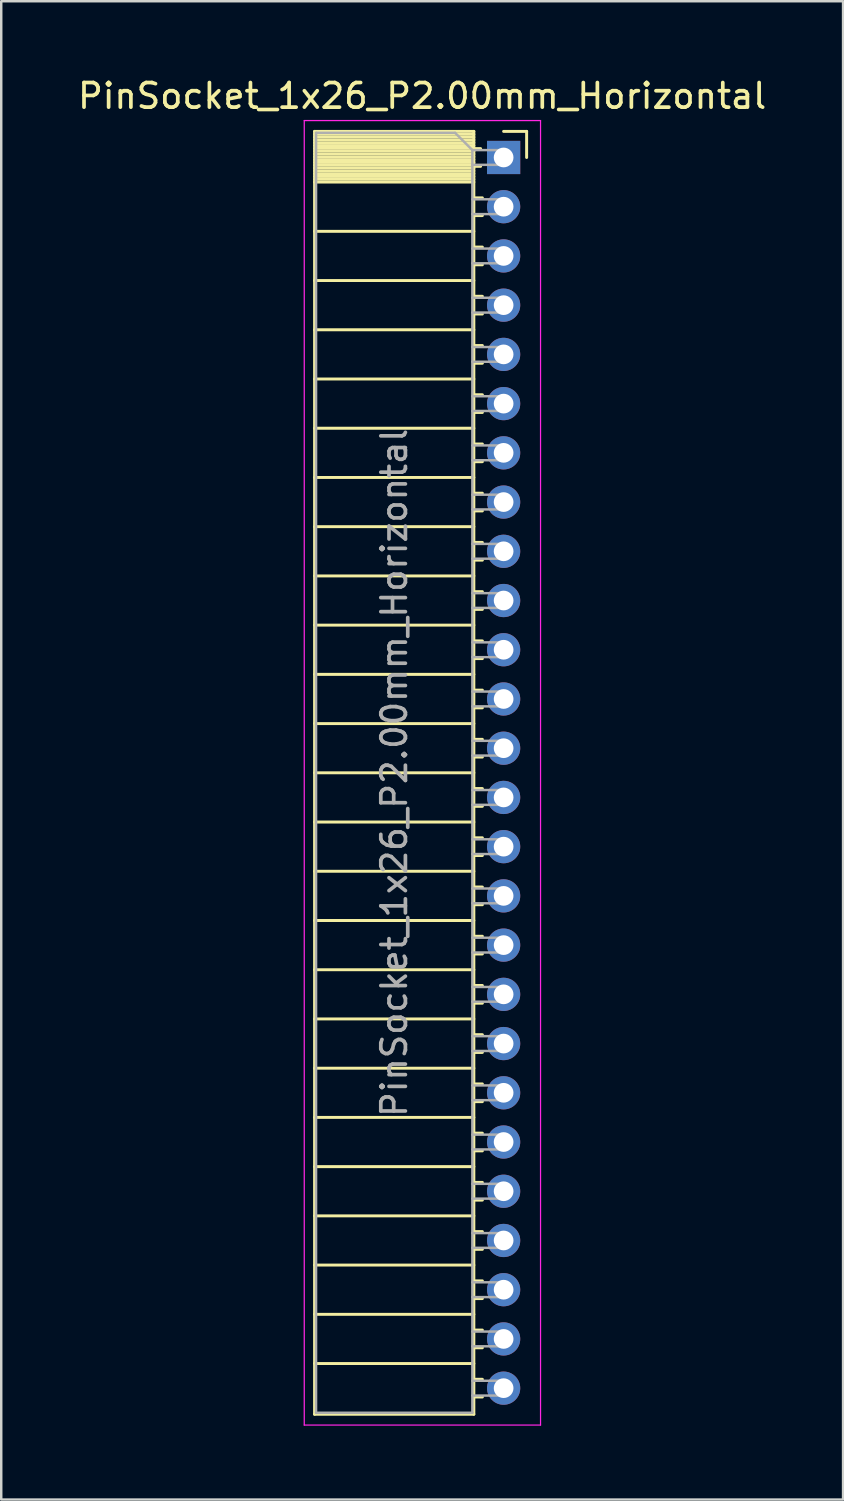
<source format=kicad_pcb>
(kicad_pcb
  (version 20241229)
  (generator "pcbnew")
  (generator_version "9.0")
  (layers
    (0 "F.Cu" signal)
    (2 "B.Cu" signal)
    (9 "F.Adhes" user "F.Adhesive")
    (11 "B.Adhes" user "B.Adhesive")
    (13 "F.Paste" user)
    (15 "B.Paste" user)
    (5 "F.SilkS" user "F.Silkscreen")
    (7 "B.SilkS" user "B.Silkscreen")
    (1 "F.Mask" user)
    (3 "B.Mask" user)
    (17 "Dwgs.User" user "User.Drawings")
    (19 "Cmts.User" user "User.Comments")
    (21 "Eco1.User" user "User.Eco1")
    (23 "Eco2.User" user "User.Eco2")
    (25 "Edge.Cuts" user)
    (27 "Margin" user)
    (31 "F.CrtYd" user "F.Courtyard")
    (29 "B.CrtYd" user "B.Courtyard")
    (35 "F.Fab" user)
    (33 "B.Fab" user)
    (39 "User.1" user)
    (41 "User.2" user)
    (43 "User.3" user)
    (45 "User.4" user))
  (footprint "PinSocket_1x26_P2.00mm_Horizontal"
    (layer "F.Cu")
    (at 17.411 3.348)
    (property "Reference" "PinSocket_1x26_P2.00mm_Horizontal" (at -3.31 -2.5 0) (layer "F.SilkS") (effects (font (size 1 1) (thickness 0.15))))
    (attr through_hole)
    (fp_line (start -7.68 -1.06) (end -7.68 51.06) (stroke (width 0.12) (type solid)) (layer "F.SilkS"))
    (fp_line (start -7.68 -1.06) (end -1.21 -1.06) (stroke (width 0.12) (type solid)) (layer "F.SilkS"))
    (fp_line (start -7.68 -0.94) (end -1.21 -0.94) (stroke (width 0.12) (type solid)) (layer "F.SilkS"))
    (fp_line (start -7.68 -0.826) (end -1.21 -0.826) (stroke (width 0.12) (type solid)) (layer "F.SilkS"))
    (fp_line (start -7.68 -0.712) (end -1.21 -0.712) (stroke (width 0.12) (type solid)) (layer "F.SilkS"))
    (fp_line (start -7.68 -0.598) (end -1.21 -0.598) (stroke (width 0.12) (type solid)) (layer "F.SilkS"))
    (fp_line (start -7.68 -0.484) (end -1.21 -0.484) (stroke (width 0.12) (type solid)) (layer "F.SilkS"))
    (fp_line (start -7.68 -0.369) (end -1.21 -0.369) (stroke (width 0.12) (type solid)) (layer "F.SilkS"))
    (fp_line (start -7.68 -0.255) (end -1.21 -0.255) (stroke (width 0.12) (type solid)) (layer "F.SilkS"))
    (fp_line (start -7.68 -0.141) (end -1.21 -0.141) (stroke (width 0.12) (type solid)) (layer "F.SilkS"))
    (fp_line (start -7.68 -0.027) (end -1.21 -0.027) (stroke (width 0.12) (type solid)) (layer "F.SilkS"))
    (fp_line (start -7.68 0.087) (end -1.21 0.087) (stroke (width 0.12) (type solid)) (layer "F.SilkS"))
    (fp_line (start -7.68 0.201) (end -1.21 0.201) (stroke (width 0.12) (type solid)) (layer "F.SilkS"))
    (fp_line (start -7.68 0.315) (end -1.21 0.315) (stroke (width 0.12) (type solid)) (layer "F.SilkS"))
    (fp_line (start -7.68 0.429) (end -1.21 0.429) (stroke (width 0.12) (type solid)) (layer "F.SilkS"))
    (fp_line (start -7.68 0.544) (end -1.21 0.544) (stroke (width 0.12) (type solid)) (layer "F.SilkS"))
    (fp_line (start -7.68 0.658) (end -1.21 0.658) (stroke (width 0.12) (type solid)) (layer "F.SilkS"))
    (fp_line (start -7.68 0.772) (end -1.21 0.772) (stroke (width 0.12) (type solid)) (layer "F.SilkS"))
    (fp_line (start -7.68 0.886) (end -1.21 0.886) (stroke (width 0.12) (type solid)) (layer "F.SilkS"))
    (fp_line (start -7.68 1) (end -1.21 1) (stroke (width 0.12) (type solid)) (layer "F.SilkS"))
    (fp_line (start -7.68 3) (end -1.21 3) (stroke (width 0.12) (type solid)) (layer "F.SilkS"))
    (fp_line (start -7.68 5) (end -1.21 5) (stroke (width 0.12) (type solid)) (layer "F.SilkS"))
    (fp_line (start -7.68 7) (end -1.21 7) (stroke (width 0.12) (type solid)) (layer "F.SilkS"))
    (fp_line (start -7.68 9) (end -1.21 9) (stroke (width 0.12) (type solid)) (layer "F.SilkS"))
    (fp_line (start -7.68 11) (end -1.21 11) (stroke (width 0.12) (type solid)) (layer "F.SilkS"))
    (fp_line (start -7.68 13) (end -1.21 13) (stroke (width 0.12) (type solid)) (layer "F.SilkS"))
    (fp_line (start -7.68 15) (end -1.21 15) (stroke (width 0.12) (type solid)) (layer "F.SilkS"))
    (fp_line (start -7.68 17) (end -1.21 17) (stroke (width 0.12) (type solid)) (layer "F.SilkS"))
    (fp_line (start -7.68 19) (end -1.21 19) (stroke (width 0.12) (type solid)) (layer "F.SilkS"))
    (fp_line (start -7.68 21) (end -1.21 21) (stroke (width 0.12) (type solid)) (layer "F.SilkS"))
    (fp_line (start -7.68 23) (end -1.21 23) (stroke (width 0.12) (type solid)) (layer "F.SilkS"))
    (fp_line (start -7.68 25) (end -1.21 25) (stroke (width 0.12) (type solid)) (layer "F.SilkS"))
    (fp_line (start -7.68 27) (end -1.21 27) (stroke (width 0.12) (type solid)) (layer "F.SilkS"))
    (fp_line (start -7.68 29) (end -1.21 29) (stroke (width 0.12) (type solid)) (layer "F.SilkS"))
    (fp_line (start -7.68 31) (end -1.21 31) (stroke (width 0.12) (type solid)) (layer "F.SilkS"))
    (fp_line (start -7.68 33) (end -1.21 33) (stroke (width 0.12) (type solid)) (layer "F.SilkS"))
    (fp_line (start -7.68 35) (end -1.21 35) (stroke (width 0.12) (type solid)) (layer "F.SilkS"))
    (fp_line (start -7.68 37) (end -1.21 37) (stroke (width 0.12) (type solid)) (layer "F.SilkS"))
    (fp_line (start -7.68 39) (end -1.21 39) (stroke (width 0.12) (type solid)) (layer "F.SilkS"))
    (fp_line (start -7.68 41) (end -1.21 41) (stroke (width 0.12) (type solid)) (layer "F.SilkS"))
    (fp_line (start -7.68 43) (end -1.21 43) (stroke (width 0.12) (type solid)) (layer "F.SilkS"))
    (fp_line (start -7.68 45) (end -1.21 45) (stroke (width 0.12) (type solid)) (layer "F.SilkS"))
    (fp_line (start -7.68 47) (end -1.21 47) (stroke (width 0.12) (type solid)) (layer "F.SilkS"))
    (fp_line (start -7.68 49) (end -1.21 49) (stroke (width 0.12) (type solid)) (layer "F.SilkS"))
    (fp_line (start -7.68 51.06) (end -1.21 51.06) (stroke (width 0.12) (type solid)) (layer "F.SilkS"))
    (fp_line (start -1.21 -1.06) (end -1.21 51.06) (stroke (width 0.12) (type solid)) (layer "F.SilkS"))
    (fp_line (start -1.21 -0.36) (end -0.935 -0.36) (stroke (width 0.12) (type solid)) (layer "F.SilkS"))
    (fp_line (start -1.21 0.36) (end -0.935 0.36) (stroke (width 0.12) (type solid)) (layer "F.SilkS"))
    (fp_line (start -1.21 1.64) (end -0.863 1.64) (stroke (width 0.12) (type solid)) (layer "F.SilkS"))
    (fp_line (start -1.21 2.36) (end -0.863 2.36) (stroke (width 0.12) (type solid)) (layer "F.SilkS"))
    (fp_line (start -1.21 3.64) (end -0.863 3.64) (stroke (width 0.12) (type solid)) (layer "F.SilkS"))
    (fp_line (start -1.21 4.36) (end -0.863 4.36) (stroke (width 0.12) (type solid)) (layer "F.SilkS"))
    (fp_line (start -1.21 5.64) (end -0.863 5.64) (stroke (width 0.12) (type solid)) (layer "F.SilkS"))
    (fp_line (start -1.21 6.36) (end -0.863 6.36) (stroke (width 0.12) (type solid)) (layer "F.SilkS"))
    (fp_line (start -1.21 7.64) (end -0.863 7.64) (stroke (width 0.12) (type solid)) (layer "F.SilkS"))
    (fp_line (start -1.21 8.36) (end -0.863 8.36) (stroke (width 0.12) (type solid)) (layer "F.SilkS"))
    (fp_line (start -1.21 9.64) (end -0.863 9.64) (stroke (width 0.12) (type solid)) (layer "F.SilkS"))
    (fp_line (start -1.21 10.36) (end -0.863 10.36) (stroke (width 0.12) (type solid)) (layer "F.SilkS"))
    (fp_line (start -1.21 11.64) (end -0.863 11.64) (stroke (width 0.12) (type solid)) (layer "F.SilkS"))
    (fp_line (start -1.21 12.36) (end -0.863 12.36) (stroke (width 0.12) (type solid)) (layer "F.SilkS"))
    (fp_line (start -1.21 13.64) (end -0.863 13.64) (stroke (width 0.12) (type solid)) (layer "F.SilkS"))
    (fp_line (start -1.21 14.36) (end -0.863 14.36) (stroke (width 0.12) (type solid)) (layer "F.SilkS"))
    (fp_line (start -1.21 15.64) (end -0.863 15.64) (stroke (width 0.12) (type solid)) (layer "F.SilkS"))
    (fp_line (start -1.21 16.36) (end -0.863 16.36) (stroke (width 0.12) (type solid)) (layer "F.SilkS"))
    (fp_line (start -1.21 17.64) (end -0.863 17.64) (stroke (width 0.12) (type solid)) (layer "F.SilkS"))
    (fp_line (start -1.21 18.36) (end -0.863 18.36) (stroke (width 0.12) (type solid)) (layer "F.SilkS"))
    (fp_line (start -1.21 19.64) (end -0.863 19.64) (stroke (width 0.12) (type solid)) (layer "F.SilkS"))
    (fp_line (start -1.21 20.36) (end -0.863 20.36) (stroke (width 0.12) (type solid)) (layer "F.SilkS"))
    (fp_line (start -1.21 21.64) (end -0.863 21.64) (stroke (width 0.12) (type solid)) (layer "F.SilkS"))
    (fp_line (start -1.21 22.36) (end -0.863 22.36) (stroke (width 0.12) (type solid)) (layer "F.SilkS"))
    (fp_line (start -1.21 23.64) (end -0.863 23.64) (stroke (width 0.12) (type solid)) (layer "F.SilkS"))
    (fp_line (start -1.21 24.36) (end -0.863 24.36) (stroke (width 0.12) (type solid)) (layer "F.SilkS"))
    (fp_line (start -1.21 25.64) (end -0.863 25.64) (stroke (width 0.12) (type solid)) (layer "F.SilkS"))
    (fp_line (start -1.21 26.36) (end -0.863 26.36) (stroke (width 0.12) (type solid)) (layer "F.SilkS"))
    (fp_line (start -1.21 27.64) (end -0.863 27.64) (stroke (width 0.12) (type solid)) (layer "F.SilkS"))
    (fp_line (start -1.21 28.36) (end -0.863 28.36) (stroke (width 0.12) (type solid)) (layer "F.SilkS"))
    (fp_line (start -1.21 29.64) (end -0.863 29.64) (stroke (width 0.12) (type solid)) (layer "F.SilkS"))
    (fp_line (start -1.21 30.36) (end -0.863 30.36) (stroke (width 0.12) (type solid)) (layer "F.SilkS"))
    (fp_line (start -1.21 31.64) (end -0.863 31.64) (stroke (width 0.12) (type solid)) (layer "F.SilkS"))
    (fp_line (start -1.21 32.36) (end -0.863 32.36) (stroke (width 0.12) (type solid)) (layer "F.SilkS"))
    (fp_line (start -1.21 33.64) (end -0.863 33.64) (stroke (width 0.12) (type solid)) (layer "F.SilkS"))
    (fp_line (start -1.21 34.36) (end -0.863 34.36) (stroke (width 0.12) (type solid)) (layer "F.SilkS"))
    (fp_line (start -1.21 35.64) (end -0.863 35.64) (stroke (width 0.12) (type solid)) (layer "F.SilkS"))
    (fp_line (start -1.21 36.36) (end -0.863 36.36) (stroke (width 0.12) (type solid)) (layer "F.SilkS"))
    (fp_line (start -1.21 37.64) (end -0.863 37.64) (stroke (width 0.12) (type solid)) (layer "F.SilkS"))
    (fp_line (start -1.21 38.36) (end -0.863 38.36) (stroke (width 0.12) (type solid)) (layer "F.SilkS"))
    (fp_line (start -1.21 39.64) (end -0.863 39.64) (stroke (width 0.12) (type solid)) (layer "F.SilkS"))
    (fp_line (start -1.21 40.36) (end -0.863 40.36) (stroke (width 0.12) (type solid)) (layer "F.SilkS"))
    (fp_line (start -1.21 41.64) (end -0.863 41.64) (stroke (width 0.12) (type solid)) (layer "F.SilkS"))
    (fp_line (start -1.21 42.36) (end -0.863 42.36) (stroke (width 0.12) (type solid)) (layer "F.SilkS"))
    (fp_line (start -1.21 43.64) (end -0.863 43.64) (stroke (width 0.12) (type solid)) (layer "F.SilkS"))
    (fp_line (start -1.21 44.36) (end -0.863 44.36) (stroke (width 0.12) (type solid)) (layer "F.SilkS"))
    (fp_line (start -1.21 45.64) (end -0.863 45.64) (stroke (width 0.12) (type solid)) (layer "F.SilkS"))
    (fp_line (start -1.21 46.36) (end -0.863 46.36) (stroke (width 0.12) (type solid)) (layer "F.SilkS"))
    (fp_line (start -1.21 47.64) (end -0.863 47.64) (stroke (width 0.12) (type solid)) (layer "F.SilkS"))
    (fp_line (start -1.21 48.36) (end -0.863 48.36) (stroke (width 0.12) (type solid)) (layer "F.SilkS"))
    (fp_line (start -1.21 49.64) (end -0.863 49.64) (stroke (width 0.12) (type solid)) (layer "F.SilkS"))
    (fp_line (start -1.21 50.36) (end -0.863 50.36) (stroke (width 0.12) (type solid)) (layer "F.SilkS"))
    (fp_line (start 0 -1.06) (end 0.935 -1.06) (stroke (width 0.12) (type solid)) (layer "F.SilkS"))
    (fp_line (start 0.935 -1.06) (end 0.935 0) (stroke (width 0.12) (type solid)) (layer "F.SilkS"))
    (fp_line (start -8.1 -1.5) (end -8.1 51.5) (stroke (width 0.05) (type solid)) (layer "F.CrtYd"))
    (fp_line (start -8.1 51.5) (end 1.5 51.5) (stroke (width 0.05) (type solid)) (layer "F.CrtYd"))
    (fp_line (start 1.5 -1.5) (end -8.1 -1.5) (stroke (width 0.05) (type solid)) (layer "F.CrtYd"))
    (fp_line (start 1.5 51.5) (end 1.5 -1.5) (stroke (width 0.05) (type solid)) (layer "F.CrtYd"))
    (fp_line (start -7.62 -1) (end -1.97 -1) (stroke (width 0.1) (type solid)) (layer "F.Fab"))
    (fp_line (start -7.62 51) (end -7.62 -1) (stroke (width 0.1) (type solid)) (layer "F.Fab"))
    (fp_line (start -1.97 -1) (end -1.27 -0.3) (stroke (width 0.1) (type solid)) (layer "F.Fab"))
    (fp_line (start -1.27 -0.3) (end -1.27 51) (stroke (width 0.1) (type solid)) (layer "F.Fab"))
    (fp_line (start -1.27 0.3) (end 0 0.3) (stroke (width 0.1) (type solid)) (layer "F.Fab"))
    (fp_line (start -1.27 2.3) (end 0 2.3) (stroke (width 0.1) (type solid)) (layer "F.Fab"))
    (fp_line (start -1.27 4.3) (end 0 4.3) (stroke (width 0.1) (type solid)) (layer "F.Fab"))
    (fp_line (start -1.27 6.3) (end 0 6.3) (stroke (width 0.1) (type solid)) (layer "F.Fab"))
    (fp_line (start -1.27 8.3) (end 0 8.3) (stroke (width 0.1) (type solid)) (layer "F.Fab"))
    (fp_line (start -1.27 10.3) (end 0 10.3) (stroke (width 0.1) (type solid)) (layer "F.Fab"))
    (fp_line (start -1.27 12.3) (end 0 12.3) (stroke (width 0.1) (type solid)) (layer "F.Fab"))
    (fp_line (start -1.27 14.3) (end 0 14.3) (stroke (width 0.1) (type solid)) (layer "F.Fab"))
    (fp_line (start -1.27 16.3) (end 0 16.3) (stroke (width 0.1) (type solid)) (layer "F.Fab"))
    (fp_line (start -1.27 18.3) (end 0 18.3) (stroke (width 0.1) (type solid)) (layer "F.Fab"))
    (fp_line (start -1.27 20.3) (end 0 20.3) (stroke (width 0.1) (type solid)) (layer "F.Fab"))
    (fp_line (start -1.27 22.3) (end 0 22.3) (stroke (width 0.1) (type solid)) (layer "F.Fab"))
    (fp_line (start -1.27 24.3) (end 0 24.3) (stroke (width 0.1) (type solid)) (layer "F.Fab"))
    (fp_line (start -1.27 26.3) (end 0 26.3) (stroke (width 0.1) (type solid)) (layer "F.Fab"))
    (fp_line (start -1.27 28.3) (end 0 28.3) (stroke (width 0.1) (type solid)) (layer "F.Fab"))
    (fp_line (start -1.27 30.3) (end 0 30.3) (stroke (width 0.1) (type solid)) (layer "F.Fab"))
    (fp_line (start -1.27 32.3) (end 0 32.3) (stroke (width 0.1) (type solid)) (layer "F.Fab"))
    (fp_line (start -1.27 34.3) (end 0 34.3) (stroke (width 0.1) (type solid)) (layer "F.Fab"))
    (fp_line (start -1.27 36.3) (end 0 36.3) (stroke (width 0.1) (type solid)) (layer "F.Fab"))
    (fp_line (start -1.27 38.3) (end 0 38.3) (stroke (width 0.1) (type solid)) (layer "F.Fab"))
    (fp_line (start -1.27 40.3) (end 0 40.3) (stroke (width 0.1) (type solid)) (layer "F.Fab"))
    (fp_line (start -1.27 42.3) (end 0 42.3) (stroke (width 0.1) (type solid)) (layer "F.Fab"))
    (fp_line (start -1.27 44.3) (end 0 44.3) (stroke (width 0.1) (type solid)) (layer "F.Fab"))
    (fp_line (start -1.27 46.3) (end 0 46.3) (stroke (width 0.1) (type solid)) (layer "F.Fab"))
    (fp_line (start -1.27 48.3) (end 0 48.3) (stroke (width 0.1) (type solid)) (layer "F.Fab"))
    (fp_line (start -1.27 50.3) (end 0 50.3) (stroke (width 0.1) (type solid)) (layer "F.Fab"))
    (fp_line (start -1.27 51) (end -7.62 51) (stroke (width 0.1) (type solid)) (layer "F.Fab"))
    (fp_line (start 0 -0.3) (end -1.27 -0.3) (stroke (width 0.1) (type solid)) (layer "F.Fab"))
    (fp_line (start 0 0.3) (end 0 -0.3) (stroke (width 0.1) (type solid)) (layer "F.Fab"))
    (fp_line (start 0 1.7) (end -1.27 1.7) (stroke (width 0.1) (type solid)) (layer "F.Fab"))
    (fp_line (start 0 2.3) (end 0 1.7) (stroke (width 0.1) (type solid)) (layer "F.Fab"))
    (fp_line (start 0 3.7) (end -1.27 3.7) (stroke (width 0.1) (type solid)) (layer "F.Fab"))
    (fp_line (start 0 4.3) (end 0 3.7) (stroke (width 0.1) (type solid)) (layer "F.Fab"))
    (fp_line (start 0 5.7) (end -1.27 5.7) (stroke (width 0.1) (type solid)) (layer "F.Fab"))
    (fp_line (start 0 6.3) (end 0 5.7) (stroke (width 0.1) (type solid)) (layer "F.Fab"))
    (fp_line (start 0 7.7) (end -1.27 7.7) (stroke (width 0.1) (type solid)) (layer "F.Fab"))
    (fp_line (start 0 8.3) (end 0 7.7) (stroke (width 0.1) (type solid)) (layer "F.Fab"))
    (fp_line (start 0 9.7) (end -1.27 9.7) (stroke (width 0.1) (type solid)) (layer "F.Fab"))
    (fp_line (start 0 10.3) (end 0 9.7) (stroke (width 0.1) (type solid)) (layer "F.Fab"))
    (fp_line (start 0 11.7) (end -1.27 11.7) (stroke (width 0.1) (type solid)) (layer "F.Fab"))
    (fp_line (start 0 12.3) (end 0 11.7) (stroke (width 0.1) (type solid)) (layer "F.Fab"))
    (fp_line (start 0 13.7) (end -1.27 13.7) (stroke (width 0.1) (type solid)) (layer "F.Fab"))
    (fp_line (start 0 14.3) (end 0 13.7) (stroke (width 0.1) (type solid)) (layer "F.Fab"))
    (fp_line (start 0 15.7) (end -1.27 15.7) (stroke (width 0.1) (type solid)) (layer "F.Fab"))
    (fp_line (start 0 16.3) (end 0 15.7) (stroke (width 0.1) (type solid)) (layer "F.Fab"))
    (fp_line (start 0 17.7) (end -1.27 17.7) (stroke (width 0.1) (type solid)) (layer "F.Fab"))
    (fp_line (start 0 18.3) (end 0 17.7) (stroke (width 0.1) (type solid)) (layer "F.Fab"))
    (fp_line (start 0 19.7) (end -1.27 19.7) (stroke (width 0.1) (type solid)) (layer "F.Fab"))
    (fp_line (start 0 20.3) (end 0 19.7) (stroke (width 0.1) (type solid)) (layer "F.Fab"))
    (fp_line (start 0 21.7) (end -1.27 21.7) (stroke (width 0.1) (type solid)) (layer "F.Fab"))
    (fp_line (start 0 22.3) (end 0 21.7) (stroke (width 0.1) (type solid)) (layer "F.Fab"))
    (fp_line (start 0 23.7) (end -1.27 23.7) (stroke (width 0.1) (type solid)) (layer "F.Fab"))
    (fp_line (start 0 24.3) (end 0 23.7) (stroke (width 0.1) (type solid)) (layer "F.Fab"))
    (fp_line (start 0 25.7) (end -1.27 25.7) (stroke (width 0.1) (type solid)) (layer "F.Fab"))
    (fp_line (start 0 26.3) (end 0 25.7) (stroke (width 0.1) (type solid)) (layer "F.Fab"))
    (fp_line (start 0 27.7) (end -1.27 27.7) (stroke (width 0.1) (type solid)) (layer "F.Fab"))
    (fp_line (start 0 28.3) (end 0 27.7) (stroke (width 0.1) (type solid)) (layer "F.Fab"))
    (fp_line (start 0 29.7) (end -1.27 29.7) (stroke (width 0.1) (type solid)) (layer "F.Fab"))
    (fp_line (start 0 30.3) (end 0 29.7) (stroke (width 0.1) (type solid)) (layer "F.Fab"))
    (fp_line (start 0 31.7) (end -1.27 31.7) (stroke (width 0.1) (type solid)) (layer "F.Fab"))
    (fp_line (start 0 32.3) (end 0 31.7) (stroke (width 0.1) (type solid)) (layer "F.Fab"))
    (fp_line (start 0 33.7) (end -1.27 33.7) (stroke (width 0.1) (type solid)) (layer "F.Fab"))
    (fp_line (start 0 34.3) (end 0 33.7) (stroke (width 0.1) (type solid)) (layer "F.Fab"))
    (fp_line (start 0 35.7) (end -1.27 35.7) (stroke (width 0.1) (type solid)) (layer "F.Fab"))
    (fp_line (start 0 36.3) (end 0 35.7) (stroke (width 0.1) (type solid)) (layer "F.Fab"))
    (fp_line (start 0 37.7) (end -1.27 37.7) (stroke (width 0.1) (type solid)) (layer "F.Fab"))
    (fp_line (start 0 38.3) (end 0 37.7) (stroke (width 0.1) (type solid)) (layer "F.Fab"))
    (fp_line (start 0 39.7) (end -1.27 39.7) (stroke (width 0.1) (type solid)) (layer "F.Fab"))
    (fp_line (start 0 40.3) (end 0 39.7) (stroke (width 0.1) (type solid)) (layer "F.Fab"))
    (fp_line (start 0 41.7) (end -1.27 41.7) (stroke (width 0.1) (type solid)) (layer "F.Fab"))
    (fp_line (start 0 42.3) (end 0 41.7) (stroke (width 0.1) (type solid)) (layer "F.Fab"))
    (fp_line (start 0 43.7) (end -1.27 43.7) (stroke (width 0.1) (type solid)) (layer "F.Fab"))
    (fp_line (start 0 44.3) (end 0 43.7) (stroke (width 0.1) (type solid)) (layer "F.Fab"))
    (fp_line (start 0 45.7) (end -1.27 45.7) (stroke (width 0.1) (type solid)) (layer "F.Fab"))
    (fp_line (start 0 46.3) (end 0 45.7) (stroke (width 0.1) (type solid)) (layer "F.Fab"))
    (fp_line (start 0 47.7) (end -1.27 47.7) (stroke (width 0.1) (type solid)) (layer "F.Fab"))
    (fp_line (start 0 48.3) (end 0 47.7) (stroke (width 0.1) (type solid)) (layer "F.Fab"))
    (fp_line (start 0 49.7) (end -1.27 49.7) (stroke (width 0.1) (type solid)) (layer "F.Fab"))
    (fp_line (start 0 50.3) (end 0 49.7) (stroke (width 0.1) (type solid)) (layer "F.Fab"))
    (fp_text user "${REFERENCE}" (at -4.445 25 90) (layer "F.Fab") (effects (font (size 1 1) (thickness 0.15))))
    (pad "1" thru_hole rect (at 0 0) (size 1.35 1.35) (drill 0.8) (layers "*.Cu" "*.Mask"))
    (pad "2" thru_hole circle (at 0 2) (size 1.35 1.35) (drill 0.8) (layers "*.Cu" "*.Mask"))
    (pad "3" thru_hole circle (at 0 4) (size 1.35 1.35) (drill 0.8) (layers "*.Cu" "*.Mask"))
    (pad "4" thru_hole circle (at 0 6) (size 1.35 1.35) (drill 0.8) (layers "*.Cu" "*.Mask"))
    (pad "5" thru_hole circle (at 0 8) (size 1.35 1.35) (drill 0.8) (layers "*.Cu" "*.Mask"))
    (pad "6" thru_hole circle (at 0 10) (size 1.35 1.35) (drill 0.8) (layers "*.Cu" "*.Mask"))
    (pad "7" thru_hole circle (at 0 12) (size 1.35 1.35) (drill 0.8) (layers "*.Cu" "*.Mask"))
    (pad "8" thru_hole circle (at 0 14) (size 1.35 1.35) (drill 0.8) (layers "*.Cu" "*.Mask"))
    (pad "9" thru_hole circle (at 0 16) (size 1.35 1.35) (drill 0.8) (layers "*.Cu" "*.Mask"))
    (pad "10" thru_hole circle (at 0 18) (size 1.35 1.35) (drill 0.8) (layers "*.Cu" "*.Mask"))
    (pad "11" thru_hole circle (at 0 20) (size 1.35 1.35) (drill 0.8) (layers "*.Cu" "*.Mask"))
    (pad "12" thru_hole circle (at 0 22) (size 1.35 1.35) (drill 0.8) (layers "*.Cu" "*.Mask"))
    (pad "13" thru_hole circle (at 0 24) (size 1.35 1.35) (drill 0.8) (layers "*.Cu" "*.Mask"))
    (pad "14" thru_hole circle (at 0 26) (size 1.35 1.35) (drill 0.8) (layers "*.Cu" "*.Mask"))
    (pad "15" thru_hole circle (at 0 28) (size 1.35 1.35) (drill 0.8) (layers "*.Cu" "*.Mask"))
    (pad "16" thru_hole circle (at 0 30) (size 1.35 1.35) (drill 0.8) (layers "*.Cu" "*.Mask"))
    (pad "17" thru_hole circle (at 0 32) (size 1.35 1.35) (drill 0.8) (layers "*.Cu" "*.Mask"))
    (pad "18" thru_hole circle (at 0 34) (size 1.35 1.35) (drill 0.8) (layers "*.Cu" "*.Mask"))
    (pad "19" thru_hole circle (at 0 36) (size 1.35 1.35) (drill 0.8) (layers "*.Cu" "*.Mask"))
    (pad "20" thru_hole circle (at 0 38) (size 1.35 1.35) (drill 0.8) (layers "*.Cu" "*.Mask"))
    (pad "21" thru_hole circle (at 0 40) (size 1.35 1.35) (drill 0.8) (layers "*.Cu" "*.Mask"))
    (pad "22" thru_hole circle (at 0 42) (size 1.35 1.35) (drill 0.8) (layers "*.Cu" "*.Mask"))
    (pad "23" thru_hole circle (at 0 44) (size 1.35 1.35) (drill 0.8) (layers "*.Cu" "*.Mask"))
    (pad "24" thru_hole circle (at 0 46) (size 1.35 1.35) (drill 0.8) (layers "*.Cu" "*.Mask"))
    (pad "25" thru_hole circle (at 0 48) (size 1.35 1.35) (drill 0.8) (layers "*.Cu" "*.Mask"))
    (pad "26" thru_hole circle (at 0 50) (size 1.35 1.35) (drill 0.8) (layers "*.Cu" "*.Mask")))
  (gr_rect
    (start -3 -3)
    (end 31.202 57.873)
    (stroke (width 0.1) (type default))
    (fill no)
    (layer "Edge.Cuts")))
</source>
